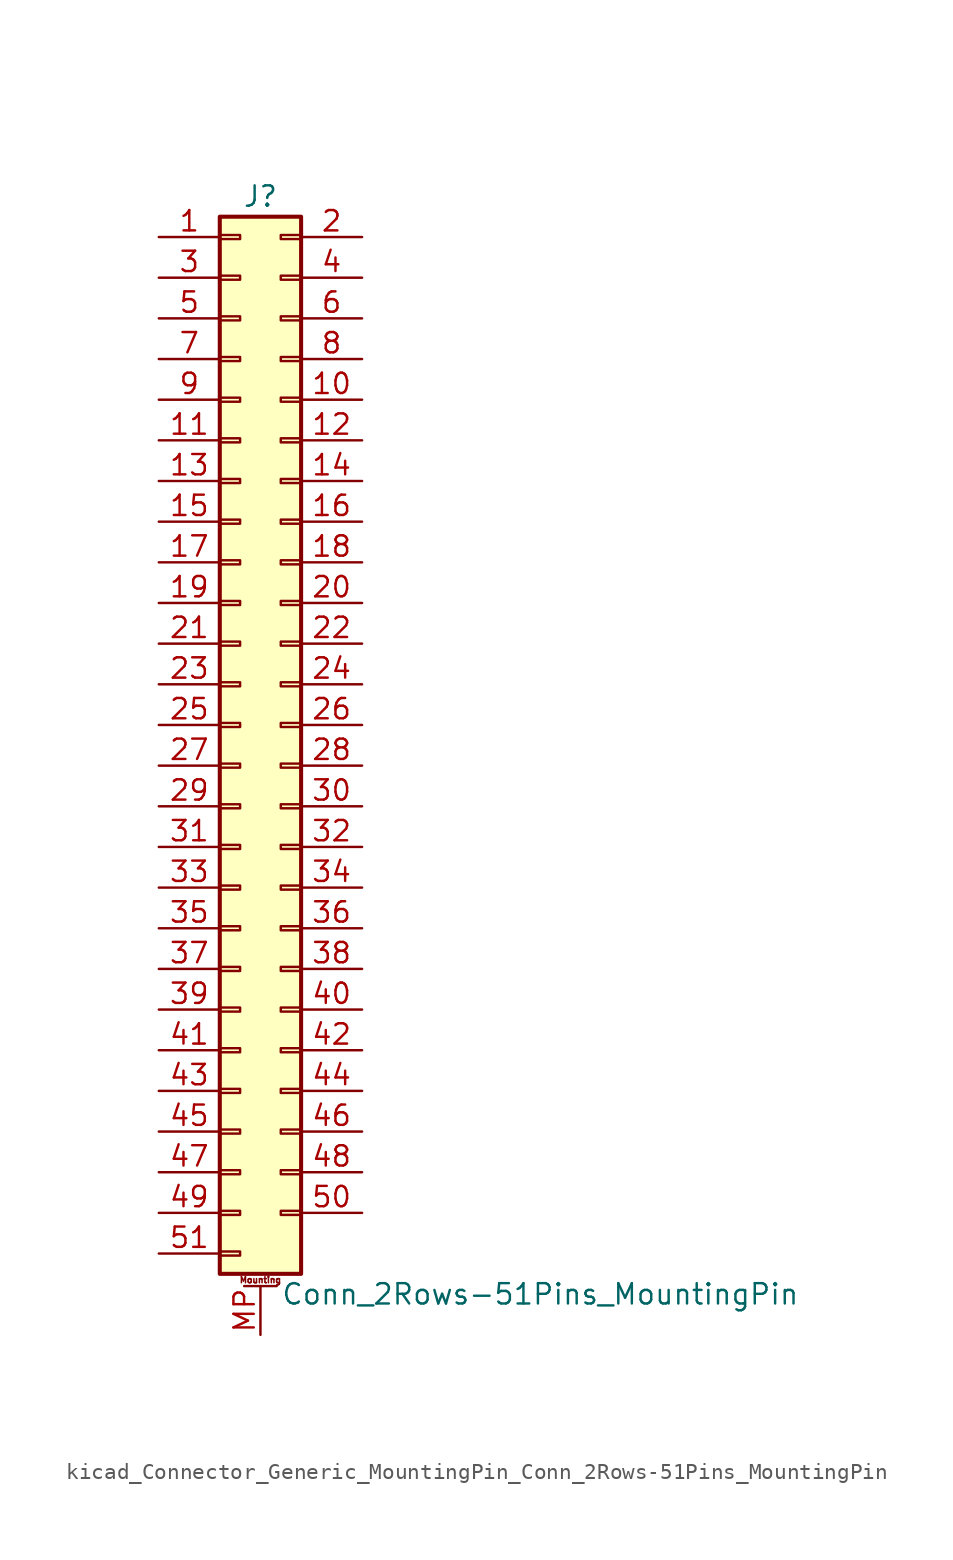
<source format=kicad_sym>
(kicad_symbol_lib
  (version 20220914)
  (generator kicad_symbol_editor)
  (symbol "kicad_Connector_Generic_MountingPin_Conn_2Rows-51Pins_MountingPin"
    (pin_names
      (offset 1.016) hide)
    (property "Reference" "J"
      (at 1.27 33.02 0)
      (effects (font (size 1.27 1.27))))
    (property "Value" "Conn_2Rows-51Pins_MountingPin"
      (at 2.54 -35.56 0)
      (effects (font (size 1.27 1.27)) (justify left)))
    (symbol "kicad_Connector_Generic_MountingPin_Conn_2Rows-51Pins_MountingPin_1_1"
      (rectangle (start -1.27 -32.893) (end 0 -33.147) (stroke (width 0.152) (type default)) (fill (type none)))
      (rectangle (start -1.27 -30.353) (end 0 -30.607) (stroke (width 0.152) (type default)) (fill (type none)))
      (rectangle (start -1.27 -27.813) (end 0 -28.067) (stroke (width 0.152) (type default)) (fill (type none)))
      (rectangle (start -1.27 -25.273) (end 0 -25.527) (stroke (width 0.152) (type default)) (fill (type none)))
      (rectangle (start -1.27 -22.733) (end 0 -22.987) (stroke (width 0.152) (type default)) (fill (type none)))
      (rectangle (start -1.27 -20.193) (end 0 -20.447) (stroke (width 0.152) (type default)) (fill (type none)))
      (rectangle (start -1.27 -17.653) (end 0 -17.907) (stroke (width 0.152) (type default)) (fill (type none)))
      (rectangle (start -1.27 -15.113) (end 0 -15.367) (stroke (width 0.152) (type default)) (fill (type none)))
      (rectangle (start -1.27 -12.573) (end 0 -12.827) (stroke (width 0.152) (type default)) (fill (type none)))
      (rectangle (start -1.27 -10.033) (end 0 -10.287) (stroke (width 0.152) (type default)) (fill (type none)))
      (rectangle (start -1.27 -7.493) (end 0 -7.747) (stroke (width 0.152) (type default)) (fill (type none)))
      (rectangle (start -1.27 -4.953) (end 0 -5.207) (stroke (width 0.152) (type default)) (fill (type none)))
      (rectangle (start -1.27 -2.413) (end 0 -2.667) (stroke (width 0.152) (type default)) (fill (type none)))
      (rectangle (start -1.27 0.127) (end 0 -0.127) (stroke (width 0.152) (type default)) (fill (type none)))
      (rectangle (start -1.27 2.667) (end 0 2.413) (stroke (width 0.152) (type default)) (fill (type none)))
      (rectangle (start -1.27 5.207) (end 0 4.953) (stroke (width 0.152) (type default)) (fill (type none)))
      (rectangle (start -1.27 7.747) (end 0 7.493) (stroke (width 0.152) (type default)) (fill (type none)))
      (rectangle (start -1.27 10.287) (end 0 10.033) (stroke (width 0.152) (type default)) (fill (type none)))
      (rectangle (start -1.27 12.827) (end 0 12.573) (stroke (width 0.152) (type default)) (fill (type none)))
      (rectangle (start -1.27 15.367) (end 0 15.113) (stroke (width 0.152) (type default)) (fill (type none)))
      (rectangle (start -1.27 17.907) (end 0 17.653) (stroke (width 0.152) (type default)) (fill (type none)))
      (rectangle (start -1.27 20.447) (end 0 20.193) (stroke (width 0.152) (type default)) (fill (type none)))
      (rectangle (start -1.27 22.987) (end 0 22.733) (stroke (width 0.152) (type default)) (fill (type none)))
      (rectangle (start -1.27 25.527) (end 0 25.273) (stroke (width 0.152) (type default)) (fill (type none)))
      (rectangle (start -1.27 28.067) (end 0 27.813) (stroke (width 0.152) (type default)) (fill (type none)))
      (rectangle (start -1.27 30.607) (end 0 30.353) (stroke (width 0.152) (type default)) (fill (type none)))
      (rectangle (start -1.27 31.75) (end 3.81 -34.29) (stroke (width 0.254) (type default)) (fill (type background)))
      (polyline (pts (xy 0.254 -35.052) (xy 2.286 -35.052)) (stroke (width 0.152) (type default)) (fill (type none)))
      (rectangle (start 3.81 -30.353) (end 2.54 -30.607) (stroke (width 0.152) (type default)) (fill (type none)))
      (rectangle (start 3.81 -27.813) (end 2.54 -28.067) (stroke (width 0.152) (type default)) (fill (type none)))
      (rectangle (start 3.81 -25.273) (end 2.54 -25.527) (stroke (width 0.152) (type default)) (fill (type none)))
      (rectangle (start 3.81 -22.733) (end 2.54 -22.987) (stroke (width 0.152) (type default)) (fill (type none)))
      (rectangle (start 3.81 -20.193) (end 2.54 -20.447) (stroke (width 0.152) (type default)) (fill (type none)))
      (rectangle (start 3.81 -17.653) (end 2.54 -17.907) (stroke (width 0.152) (type default)) (fill (type none)))
      (rectangle (start 3.81 -15.113) (end 2.54 -15.367) (stroke (width 0.152) (type default)) (fill (type none)))
      (rectangle (start 3.81 -12.573) (end 2.54 -12.827) (stroke (width 0.152) (type default)) (fill (type none)))
      (rectangle (start 3.81 -10.033) (end 2.54 -10.287) (stroke (width 0.152) (type default)) (fill (type none)))
      (rectangle (start 3.81 -7.493) (end 2.54 -7.747) (stroke (width 0.152) (type default)) (fill (type none)))
      (rectangle (start 3.81 -4.953) (end 2.54 -5.207) (stroke (width 0.152) (type default)) (fill (type none)))
      (rectangle (start 3.81 -2.413) (end 2.54 -2.667) (stroke (width 0.152) (type default)) (fill (type none)))
      (rectangle (start 3.81 0.127) (end 2.54 -0.127) (stroke (width 0.152) (type default)) (fill (type none)))
      (rectangle (start 3.81 2.667) (end 2.54 2.413) (stroke (width 0.152) (type default)) (fill (type none)))
      (rectangle (start 3.81 5.207) (end 2.54 4.953) (stroke (width 0.152) (type default)) (fill (type none)))
      (rectangle (start 3.81 7.747) (end 2.54 7.493) (stroke (width 0.152) (type default)) (fill (type none)))
      (rectangle (start 3.81 10.287) (end 2.54 10.033) (stroke (width 0.152) (type default)) (fill (type none)))
      (rectangle (start 3.81 12.827) (end 2.54 12.573) (stroke (width 0.152) (type default)) (fill (type none)))
      (rectangle (start 3.81 15.367) (end 2.54 15.113) (stroke (width 0.152) (type default)) (fill (type none)))
      (rectangle (start 3.81 17.907) (end 2.54 17.653) (stroke (width 0.152) (type default)) (fill (type none)))
      (rectangle (start 3.81 20.447) (end 2.54 20.193) (stroke (width 0.152) (type default)) (fill (type none)))
      (rectangle (start 3.81 22.987) (end 2.54 22.733) (stroke (width 0.152) (type default)) (fill (type none)))
      (rectangle (start 3.81 25.527) (end 2.54 25.273) (stroke (width 0.152) (type default)) (fill (type none)))
      (rectangle (start 3.81 28.067) (end 2.54 27.813) (stroke (width 0.152) (type default)) (fill (type none)))
      (rectangle (start 3.81 30.607) (end 2.54 30.353) (stroke (width 0.152) (type default)) (fill (type none)))
      (text "Mounting" (at 1.27 -34.671 0) (effects (font (size 0.381 0.381))))
      (pin passive line (at -5.08 30.48 0) (length 3.81) (name "Pin_1" (effects (font (size 1.27 1.27)))) (number "1" (effects (font (size 1.27 1.27)))))
      (pin passive line (at 7.62 20.32 180) (length 3.81) (name "Pin_10" (effects (font (size 1.27 1.27)))) (number "10" (effects (font (size 1.27 1.27)))))
      (pin passive line (at -5.08 17.78 0) (length 3.81) (name "Pin_11" (effects (font (size 1.27 1.27)))) (number "11" (effects (font (size 1.27 1.27)))))
      (pin passive line (at 7.62 17.78 180) (length 3.81) (name "Pin_12" (effects (font (size 1.27 1.27)))) (number "12" (effects (font (size 1.27 1.27)))))
      (pin passive line (at -5.08 15.24 0) (length 3.81) (name "Pin_13" (effects (font (size 1.27 1.27)))) (number "13" (effects (font (size 1.27 1.27)))))
      (pin passive line (at 7.62 15.24 180) (length 3.81) (name "Pin_14" (effects (font (size 1.27 1.27)))) (number "14" (effects (font (size 1.27 1.27)))))
      (pin passive line (at -5.08 12.7 0) (length 3.81) (name "Pin_15" (effects (font (size 1.27 1.27)))) (number "15" (effects (font (size 1.27 1.27)))))
      (pin passive line (at 7.62 12.7 180) (length 3.81) (name "Pin_16" (effects (font (size 1.27 1.27)))) (number "16" (effects (font (size 1.27 1.27)))))
      (pin passive line (at -5.08 10.16 0) (length 3.81) (name "Pin_17" (effects (font (size 1.27 1.27)))) (number "17" (effects (font (size 1.27 1.27)))))
      (pin passive line (at 7.62 10.16 180) (length 3.81) (name "Pin_18" (effects (font (size 1.27 1.27)))) (number "18" (effects (font (size 1.27 1.27)))))
      (pin passive line (at -5.08 7.62 0) (length 3.81) (name "Pin_19" (effects (font (size 1.27 1.27)))) (number "19" (effects (font (size 1.27 1.27)))))
      (pin passive line (at 7.62 30.48 180) (length 3.81) (name "Pin_2" (effects (font (size 1.27 1.27)))) (number "2" (effects (font (size 1.27 1.27)))))
      (pin passive line (at 7.62 7.62 180) (length 3.81) (name "Pin_20" (effects (font (size 1.27 1.27)))) (number "20" (effects (font (size 1.27 1.27)))))
      (pin passive line (at -5.08 5.08 0) (length 3.81) (name "Pin_21" (effects (font (size 1.27 1.27)))) (number "21" (effects (font (size 1.27 1.27)))))
      (pin passive line (at 7.62 5.08 180) (length 3.81) (name "Pin_22" (effects (font (size 1.27 1.27)))) (number "22" (effects (font (size 1.27 1.27)))))
      (pin passive line (at -5.08 2.54 0) (length 3.81) (name "Pin_23" (effects (font (size 1.27 1.27)))) (number "23" (effects (font (size 1.27 1.27)))))
      (pin passive line (at 7.62 2.54 180) (length 3.81) (name "Pin_24" (effects (font (size 1.27 1.27)))) (number "24" (effects (font (size 1.27 1.27)))))
      (pin passive line (at -5.08 0 0) (length 3.81) (name "Pin_25" (effects (font (size 1.27 1.27)))) (number "25" (effects (font (size 1.27 1.27)))))
      (pin passive line (at 7.62 0 180) (length 3.81) (name "Pin_26" (effects (font (size 1.27 1.27)))) (number "26" (effects (font (size 1.27 1.27)))))
      (pin passive line (at -5.08 -2.54 0) (length 3.81) (name "Pin_27" (effects (font (size 1.27 1.27)))) (number "27" (effects (font (size 1.27 1.27)))))
      (pin passive line (at 7.62 -2.54 180) (length 3.81) (name "Pin_28" (effects (font (size 1.27 1.27)))) (number "28" (effects (font (size 1.27 1.27)))))
      (pin passive line (at -5.08 -5.08 0) (length 3.81) (name "Pin_29" (effects (font (size 1.27 1.27)))) (number "29" (effects (font (size 1.27 1.27)))))
      (pin passive line (at -5.08 27.94 0) (length 3.81) (name "Pin_3" (effects (font (size 1.27 1.27)))) (number "3" (effects (font (size 1.27 1.27)))))
      (pin passive line (at 7.62 -5.08 180) (length 3.81) (name "Pin_30" (effects (font (size 1.27 1.27)))) (number "30" (effects (font (size 1.27 1.27)))))
      (pin passive line (at -5.08 -7.62 0) (length 3.81) (name "Pin_31" (effects (font (size 1.27 1.27)))) (number "31" (effects (font (size 1.27 1.27)))))
      (pin passive line (at 7.62 -7.62 180) (length 3.81) (name "Pin_32" (effects (font (size 1.27 1.27)))) (number "32" (effects (font (size 1.27 1.27)))))
      (pin passive line (at -5.08 -10.16 0) (length 3.81) (name "Pin_33" (effects (font (size 1.27 1.27)))) (number "33" (effects (font (size 1.27 1.27)))))
      (pin passive line (at 7.62 -10.16 180) (length 3.81) (name "Pin_34" (effects (font (size 1.27 1.27)))) (number "34" (effects (font (size 1.27 1.27)))))
      (pin passive line (at -5.08 -12.7 0) (length 3.81) (name "Pin_35" (effects (font (size 1.27 1.27)))) (number "35" (effects (font (size 1.27 1.27)))))
      (pin passive line (at 7.62 -12.7 180) (length 3.81) (name "Pin_36" (effects (font (size 1.27 1.27)))) (number "36" (effects (font (size 1.27 1.27)))))
      (pin passive line (at -5.08 -15.24 0) (length 3.81) (name "Pin_37" (effects (font (size 1.27 1.27)))) (number "37" (effects (font (size 1.27 1.27)))))
      (pin passive line (at 7.62 -15.24 180) (length 3.81) (name "Pin_38" (effects (font (size 1.27 1.27)))) (number "38" (effects (font (size 1.27 1.27)))))
      (pin passive line (at -5.08 -17.78 0) (length 3.81) (name "Pin_39" (effects (font (size 1.27 1.27)))) (number "39" (effects (font (size 1.27 1.27)))))
      (pin passive line (at 7.62 27.94 180) (length 3.81) (name "Pin_4" (effects (font (size 1.27 1.27)))) (number "4" (effects (font (size 1.27 1.27)))))
      (pin passive line (at 7.62 -17.78 180) (length 3.81) (name "Pin_40" (effects (font (size 1.27 1.27)))) (number "40" (effects (font (size 1.27 1.27)))))
      (pin passive line (at -5.08 -20.32 0) (length 3.81) (name "Pin_41" (effects (font (size 1.27 1.27)))) (number "41" (effects (font (size 1.27 1.27)))))
      (pin passive line (at 7.62 -20.32 180) (length 3.81) (name "Pin_42" (effects (font (size 1.27 1.27)))) (number "42" (effects (font (size 1.27 1.27)))))
      (pin passive line (at -5.08 -22.86 0) (length 3.81) (name "Pin_43" (effects (font (size 1.27 1.27)))) (number "43" (effects (font (size 1.27 1.27)))))
      (pin passive line (at 7.62 -22.86 180) (length 3.81) (name "Pin_44" (effects (font (size 1.27 1.27)))) (number "44" (effects (font (size 1.27 1.27)))))
      (pin passive line (at -5.08 -25.4 0) (length 3.81) (name "Pin_45" (effects (font (size 1.27 1.27)))) (number "45" (effects (font (size 1.27 1.27)))))
      (pin passive line (at 7.62 -25.4 180) (length 3.81) (name "Pin_46" (effects (font (size 1.27 1.27)))) (number "46" (effects (font (size 1.27 1.27)))))
      (pin passive line (at -5.08 -27.94 0) (length 3.81) (name "Pin_47" (effects (font (size 1.27 1.27)))) (number "47" (effects (font (size 1.27 1.27)))))
      (pin passive line (at 7.62 -27.94 180) (length 3.81) (name "Pin_48" (effects (font (size 1.27 1.27)))) (number "48" (effects (font (size 1.27 1.27)))))
      (pin passive line (at -5.08 -30.48 0) (length 3.81) (name "Pin_49" (effects (font (size 1.27 1.27)))) (number "49" (effects (font (size 1.27 1.27)))))
      (pin passive line (at -5.08 25.4 0) (length 3.81) (name "Pin_5" (effects (font (size 1.27 1.27)))) (number "5" (effects (font (size 1.27 1.27)))))
      (pin passive line (at 7.62 -30.48 180) (length 3.81) (name "Pin_50" (effects (font (size 1.27 1.27)))) (number "50" (effects (font (size 1.27 1.27)))))
      (pin passive line (at -5.08 -33.02 0) (length 3.81) (name "Pin_51" (effects (font (size 1.27 1.27)))) (number "51" (effects (font (size 1.27 1.27)))))
      (pin passive line (at 7.62 25.4 180) (length 3.81) (name "Pin_6" (effects (font (size 1.27 1.27)))) (number "6" (effects (font (size 1.27 1.27)))))
      (pin passive line (at -5.08 22.86 0) (length 3.81) (name "Pin_7" (effects (font (size 1.27 1.27)))) (number "7" (effects (font (size 1.27 1.27)))))
      (pin passive line (at 7.62 22.86 180) (length 3.81) (name "Pin_8" (effects (font (size 1.27 1.27)))) (number "8" (effects (font (size 1.27 1.27)))))
      (pin passive line (at -5.08 20.32 0) (length 3.81) (name "Pin_9" (effects (font (size 1.27 1.27)))) (number "9" (effects (font (size 1.27 1.27)))))
      (pin passive line (at 1.27 -38.1 90) (length 3.048) (name "MountPin" (effects (font (size 1.27 1.27)))) (number "MP" (effects (font (size 1.27 1.27))))))))
</source>
